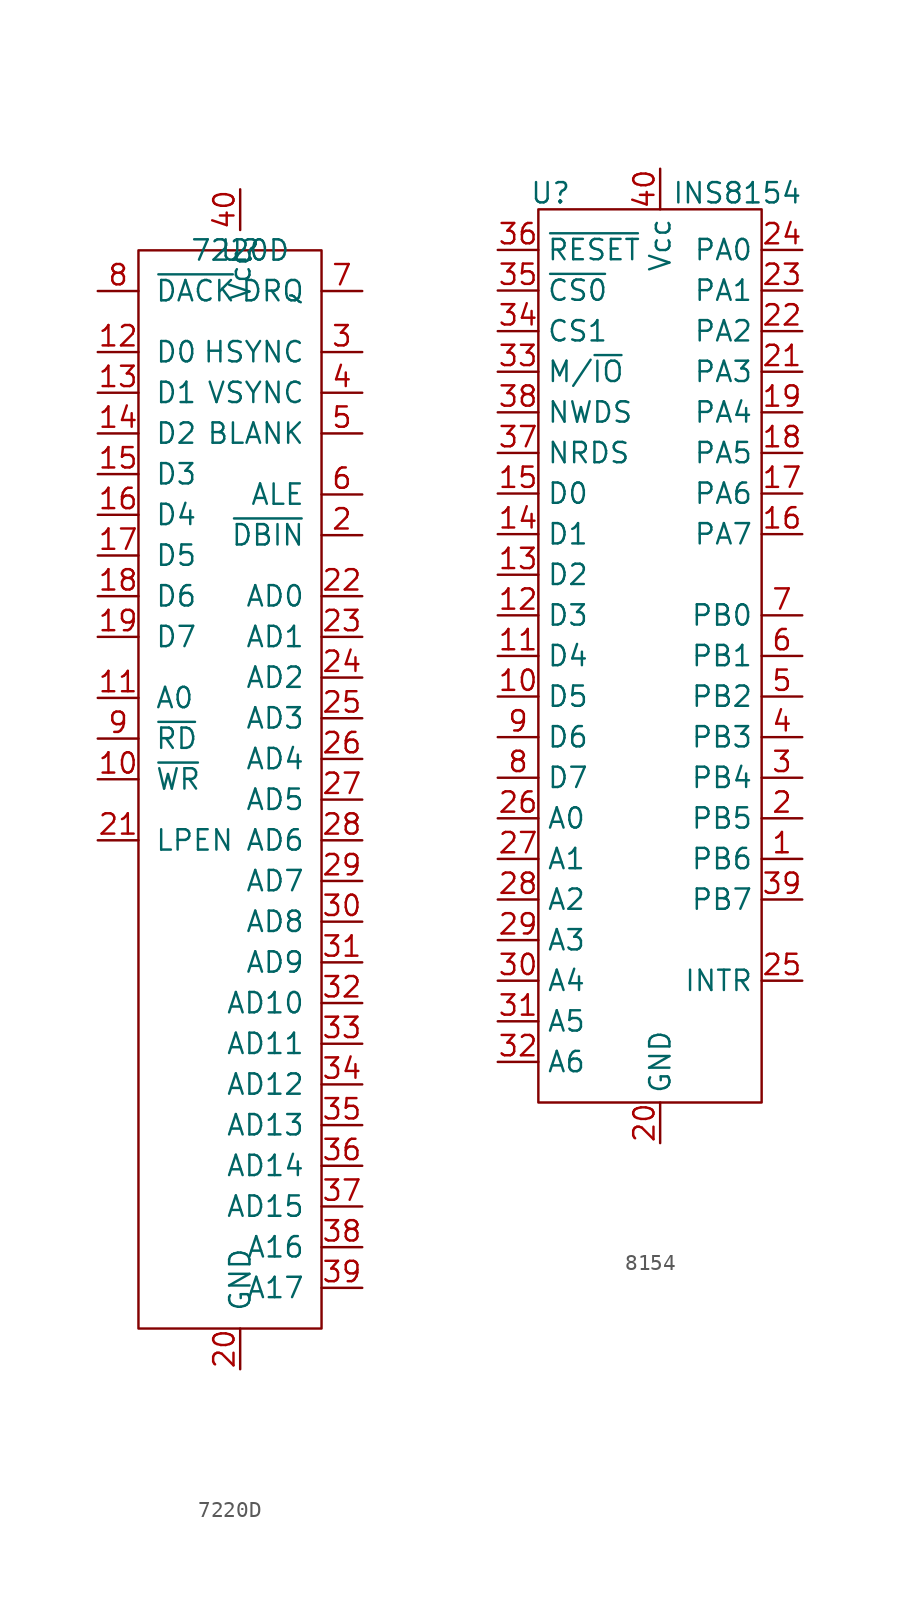
<source format=kicad_sym>
(kicad_symbol_lib
  (version 20231120)
  (generator "kicad_symbol_editor")
  (generator_version "8.0")
  (symbol "7220D"
    (pin_names
      (offset 1.016))
    (property "Reference" "U"
      (at 0 0 0)
      (effects (font (size 1.27 1.27))))
    (property "Value" "7220D"
      (at 0 0 0)
      (effects (font (size 1.27 1.27))))
    (symbol "7220D_0_1"
      (rectangle (start -6.35 0) (end 5.08 -67.31) (stroke (width 0) (type default)) (fill (type none))))
    (symbol "7220D_1_1"
      (pin input line (at -8.89 -33.02 0) (length 2.54) (name "~{WR}" (effects (font (size 1.27 1.27)))) (number "10" (effects (font (size 1.27 1.27)))))
      (pin input line (at -8.89 -27.94 0) (length 2.54) (name "A0" (effects (font (size 1.27 1.27)))) (number "11" (effects (font (size 1.27 1.27)))))
      (pin bidirectional line (at -8.89 -6.35 0) (length 2.54) (name "D0" (effects (font (size 1.27 1.27)))) (number "12" (effects (font (size 1.27 1.27)))))
      (pin bidirectional line (at -8.89 -8.89 0) (length 2.54) (name "D1" (effects (font (size 1.27 1.27)))) (number "13" (effects (font (size 1.27 1.27)))))
      (pin bidirectional line (at -8.89 -11.43 0) (length 2.54) (name "D2" (effects (font (size 1.27 1.27)))) (number "14" (effects (font (size 1.27 1.27)))))
      (pin bidirectional line (at -8.89 -13.97 0) (length 2.54) (name "D3" (effects (font (size 1.27 1.27)))) (number "15" (effects (font (size 1.27 1.27)))))
      (pin bidirectional line (at -8.89 -16.51 0) (length 2.54) (name "D4" (effects (font (size 1.27 1.27)))) (number "16" (effects (font (size 1.27 1.27)))))
      (pin bidirectional line (at -8.89 -19.05 0) (length 2.54) (name "D5" (effects (font (size 1.27 1.27)))) (number "17" (effects (font (size 1.27 1.27)))))
      (pin bidirectional line (at -8.89 -21.59 0) (length 2.54) (name "D6" (effects (font (size 1.27 1.27)))) (number "18" (effects (font (size 1.27 1.27)))))
      (pin bidirectional line (at -8.89 -24.13 0) (length 2.54) (name "D7" (effects (font (size 1.27 1.27)))) (number "19" (effects (font (size 1.27 1.27)))))
      (pin output line (at 7.62 -17.78 180) (length 2.54) (name "~{DBIN}" (effects (font (size 1.27 1.27)))) (number "2" (effects (font (size 1.27 1.27)))))
      (pin power_in line (at 0 -69.85 90) (length 2.54) (name "GND" (effects (font (size 1.27 1.27)))) (number "20" (effects (font (size 1.27 1.27)))))
      (pin input line (at -8.89 -36.83 0) (length 2.54) (name "LPEN" (effects (font (size 1.27 1.27)))) (number "21" (effects (font (size 1.27 1.27)))))
      (pin output line (at 7.62 -21.59 180) (length 2.54) (name "AD0" (effects (font (size 1.27 1.27)))) (number "22" (effects (font (size 1.27 1.27)))))
      (pin output line (at 7.62 -24.13 180) (length 2.54) (name "AD1" (effects (font (size 1.27 1.27)))) (number "23" (effects (font (size 1.27 1.27)))))
      (pin output line (at 7.62 -26.67 180) (length 2.54) (name "AD2" (effects (font (size 1.27 1.27)))) (number "24" (effects (font (size 1.27 1.27)))))
      (pin output line (at 7.62 -29.21 180) (length 2.54) (name "AD3" (effects (font (size 1.27 1.27)))) (number "25" (effects (font (size 1.27 1.27)))))
      (pin output line (at 7.62 -31.75 180) (length 2.54) (name "AD4" (effects (font (size 1.27 1.27)))) (number "26" (effects (font (size 1.27 1.27)))))
      (pin output line (at 7.62 -34.29 180) (length 2.54) (name "AD5" (effects (font (size 1.27 1.27)))) (number "27" (effects (font (size 1.27 1.27)))))
      (pin output line (at 7.62 -36.83 180) (length 2.54) (name "AD6" (effects (font (size 1.27 1.27)))) (number "28" (effects (font (size 1.27 1.27)))))
      (pin output line (at 7.62 -39.37 180) (length 2.54) (name "AD7" (effects (font (size 1.27 1.27)))) (number "29" (effects (font (size 1.27 1.27)))))
      (pin output line (at 7.62 -6.35 180) (length 2.54) (name "HSYNC" (effects (font (size 1.27 1.27)))) (number "3" (effects (font (size 1.27 1.27)))))
      (pin output line (at 7.62 -41.91 180) (length 2.54) (name "AD8" (effects (font (size 1.27 1.27)))) (number "30" (effects (font (size 1.27 1.27)))))
      (pin output line (at 7.62 -44.45 180) (length 2.54) (name "AD9" (effects (font (size 1.27 1.27)))) (number "31" (effects (font (size 1.27 1.27)))))
      (pin output line (at 7.62 -46.99 180) (length 2.54) (name "AD10" (effects (font (size 1.27 1.27)))) (number "32" (effects (font (size 1.27 1.27)))))
      (pin output line (at 7.62 -49.53 180) (length 2.54) (name "AD11" (effects (font (size 1.27 1.27)))) (number "33" (effects (font (size 1.27 1.27)))))
      (pin output line (at 7.62 -52.07 180) (length 2.54) (name "AD12" (effects (font (size 1.27 1.27)))) (number "34" (effects (font (size 1.27 1.27)))))
      (pin output line (at 7.62 -54.61 180) (length 2.54) (name "AD13" (effects (font (size 1.27 1.27)))) (number "35" (effects (font (size 1.27 1.27)))))
      (pin output line (at 7.62 -57.15 180) (length 2.54) (name "AD14" (effects (font (size 1.27 1.27)))) (number "36" (effects (font (size 1.27 1.27)))))
      (pin output line (at 7.62 -59.69 180) (length 2.54) (name "AD15" (effects (font (size 1.27 1.27)))) (number "37" (effects (font (size 1.27 1.27)))))
      (pin output line (at 7.62 -62.23 180) (length 2.54) (name "A16" (effects (font (size 1.27 1.27)))) (number "38" (effects (font (size 1.27 1.27)))))
      (pin output line (at 7.62 -64.77 180) (length 2.54) (name "A17" (effects (font (size 1.27 1.27)))) (number "39" (effects (font (size 1.27 1.27)))))
      (pin output line (at 7.62 -8.89 180) (length 2.54) (name "VSYNC" (effects (font (size 1.27 1.27)))) (number "4" (effects (font (size 1.27 1.27)))))
      (pin power_in line (at 0 3.81 270) (length 2.54) (name "Vcc" (effects (font (size 1.27 1.27)))) (number "40" (effects (font (size 1.27 1.27)))))
      (pin output line (at 7.62 -11.43 180) (length 2.54) (name "BLANK" (effects (font (size 1.27 1.27)))) (number "5" (effects (font (size 1.27 1.27)))))
      (pin output line (at 7.62 -15.24 180) (length 2.54) (name "ALE" (effects (font (size 1.27 1.27)))) (number "6" (effects (font (size 1.27 1.27)))))
      (pin output line (at 7.62 -2.54 180) (length 2.54) (name "DRQ" (effects (font (size 1.27 1.27)))) (number "7" (effects (font (size 1.27 1.27)))))
      (pin input line (at -8.89 -2.54 0) (length 2.54) (name "~{DACK}" (effects (font (size 1.27 1.27)))) (number "8" (effects (font (size 1.27 1.27)))))
      (pin input line (at -8.89 -30.48 0) (length 2.54) (name "~{RD}" (effects (font (size 1.27 1.27)))) (number "9" (effects (font (size 1.27 1.27)))))))
  (symbol "8154"
    (property "Reference" "U"
      (at -6.858 3.556 0)
      (effects (font (size 1.27 1.27))))
    (property "Value" "INS8154"
      (at 4.826 3.556 0)
      (effects (font (size 1.27 1.27))))
    (symbol "8154_0_1"
      (rectangle (start -7.62 2.54) (end 6.35 -53.34) (stroke (width 0) (type default)) (fill (type none))))
    (symbol "8154_1_1"
      (pin bidirectional line (at 8.89 -38.1 180) (length 2.54) (name "PB6" (effects (font (size 1.27 1.27)))) (number "1" (effects (font (size 1.27 1.27)))))
      (pin bidirectional line (at -10.16 -27.94 0) (length 2.54) (name "D5" (effects (font (size 1.27 1.27)))) (number "10" (effects (font (size 1.27 1.27)))))
      (pin bidirectional line (at -10.16 -25.4 0) (length 2.54) (name "D4" (effects (font (size 1.27 1.27)))) (number "11" (effects (font (size 1.27 1.27)))))
      (pin bidirectional line (at -10.16 -22.86 0) (length 2.54) (name "D3" (effects (font (size 1.27 1.27)))) (number "12" (effects (font (size 1.27 1.27)))))
      (pin bidirectional line (at -10.16 -20.32 0) (length 2.54) (name "D2" (effects (font (size 1.27 1.27)))) (number "13" (effects (font (size 1.27 1.27)))))
      (pin bidirectional line (at -10.16 -17.78 0) (length 2.54) (name "D1" (effects (font (size 1.27 1.27)))) (number "14" (effects (font (size 1.27 1.27)))))
      (pin bidirectional line (at -10.16 -15.24 0) (length 2.54) (name "D0" (effects (font (size 1.27 1.27)))) (number "15" (effects (font (size 1.27 1.27)))))
      (pin bidirectional line (at 8.89 -17.78 180) (length 2.54) (name "PA7" (effects (font (size 1.27 1.27)))) (number "16" (effects (font (size 1.27 1.27)))))
      (pin bidirectional line (at 8.89 -15.24 180) (length 2.54) (name "PA6" (effects (font (size 1.27 1.27)))) (number "17" (effects (font (size 1.27 1.27)))))
      (pin bidirectional line (at 8.89 -12.7 180) (length 2.54) (name "PA5" (effects (font (size 1.27 1.27)))) (number "18" (effects (font (size 1.27 1.27)))))
      (pin bidirectional line (at 8.89 -10.16 180) (length 2.54) (name "PA4" (effects (font (size 1.27 1.27)))) (number "19" (effects (font (size 1.27 1.27)))))
      (pin bidirectional line (at 8.89 -35.56 180) (length 2.54) (name "PB5" (effects (font (size 1.27 1.27)))) (number "2" (effects (font (size 1.27 1.27)))))
      (pin power_in line (at 0 -55.88 90) (length 2.54) (name "GND" (effects (font (size 1.27 1.27)))) (number "20" (effects (font (size 1.27 1.27)))))
      (pin bidirectional line (at 8.89 -7.62 180) (length 2.54) (name "PA3" (effects (font (size 1.27 1.27)))) (number "21" (effects (font (size 1.27 1.27)))))
      (pin bidirectional line (at 8.89 -5.08 180) (length 2.54) (name "PA2" (effects (font (size 1.27 1.27)))) (number "22" (effects (font (size 1.27 1.27)))))
      (pin bidirectional line (at 8.89 -2.54 180) (length 2.54) (name "PA1" (effects (font (size 1.27 1.27)))) (number "23" (effects (font (size 1.27 1.27)))))
      (pin bidirectional line (at 8.89 0 180) (length 2.54) (name "PA0" (effects (font (size 1.27 1.27)))) (number "24" (effects (font (size 1.27 1.27)))))
      (pin output line (at 8.89 -45.72 180) (length 2.54) (name "INTR" (effects (font (size 1.27 1.27)))) (number "25" (effects (font (size 1.27 1.27)))))
      (pin input line (at -10.16 -35.56 0) (length 2.54) (name "A0" (effects (font (size 1.27 1.27)))) (number "26" (effects (font (size 1.27 1.27)))))
      (pin input line (at -10.16 -38.1 0) (length 2.54) (name "A1" (effects (font (size 1.27 1.27)))) (number "27" (effects (font (size 1.27 1.27)))))
      (pin input line (at -10.16 -40.64 0) (length 2.54) (name "A2" (effects (font (size 1.27 1.27)))) (number "28" (effects (font (size 1.27 1.27)))))
      (pin input line (at -10.16 -43.18 0) (length 2.54) (name "A3" (effects (font (size 1.27 1.27)))) (number "29" (effects (font (size 1.27 1.27)))))
      (pin bidirectional line (at 8.89 -33.02 180) (length 2.54) (name "PB4" (effects (font (size 1.27 1.27)))) (number "3" (effects (font (size 1.27 1.27)))))
      (pin input line (at -10.16 -45.72 0) (length 2.54) (name "A4" (effects (font (size 1.27 1.27)))) (number "30" (effects (font (size 1.27 1.27)))))
      (pin input line (at -10.16 -48.26 0) (length 2.54) (name "A5" (effects (font (size 1.27 1.27)))) (number "31" (effects (font (size 1.27 1.27)))))
      (pin input line (at -10.16 -50.8 0) (length 2.54) (name "A6" (effects (font (size 1.27 1.27)))) (number "32" (effects (font (size 1.27 1.27)))))
      (pin input line (at -10.16 -7.62 0) (length 2.54) (name "M/~{IO}" (effects (font (size 1.27 1.27)))) (number "33" (effects (font (size 1.27 1.27)))))
      (pin input line (at -10.16 -5.08 0) (length 2.54) (name "CS1" (effects (font (size 1.27 1.27)))) (number "34" (effects (font (size 1.27 1.27)))))
      (pin input line (at -10.16 -2.54 0) (length 2.54) (name "~{CS0}" (effects (font (size 1.27 1.27)))) (number "35" (effects (font (size 1.27 1.27)))))
      (pin input line (at -10.16 0 0) (length 2.54) (name "~{RESET}" (effects (font (size 1.27 1.27)))) (number "36" (effects (font (size 1.27 1.27)))))
      (pin input line (at -10.16 -12.7 0) (length 2.54) (name "NRDS" (effects (font (size 1.27 1.27)))) (number "37" (effects (font (size 1.27 1.27)))))
      (pin input line (at -10.16 -10.16 0) (length 2.54) (name "NWDS" (effects (font (size 1.27 1.27)))) (number "38" (effects (font (size 1.27 1.27)))))
      (pin bidirectional line (at 8.89 -40.64 180) (length 2.54) (name "PB7" (effects (font (size 1.27 1.27)))) (number "39" (effects (font (size 1.27 1.27)))))
      (pin bidirectional line (at 8.89 -30.48 180) (length 2.54) (name "PB3" (effects (font (size 1.27 1.27)))) (number "4" (effects (font (size 1.27 1.27)))))
      (pin power_in line (at 0 5.08 270) (length 2.54) (name "Vcc" (effects (font (size 1.27 1.27)))) (number "40" (effects (font (size 1.27 1.27)))))
      (pin bidirectional line (at 8.89 -27.94 180) (length 2.54) (name "PB2" (effects (font (size 1.27 1.27)))) (number "5" (effects (font (size 1.27 1.27)))))
      (pin bidirectional line (at 8.89 -25.4 180) (length 2.54) (name "PB1" (effects (font (size 1.27 1.27)))) (number "6" (effects (font (size 1.27 1.27)))))
      (pin bidirectional line (at 8.89 -22.86 180) (length 2.54) (name "PB0" (effects (font (size 1.27 1.27)))) (number "7" (effects (font (size 1.27 1.27)))))
      (pin bidirectional line (at -10.16 -33.02 0) (length 2.54) (name "D7" (effects (font (size 1.27 1.27)))) (number "8" (effects (font (size 1.27 1.27)))))
      (pin bidirectional line (at -10.16 -30.48 0) (length 2.54) (name "D6" (effects (font (size 1.27 1.27)))) (number "9" (effects (font (size 1.27 1.27))))))))
</source>
